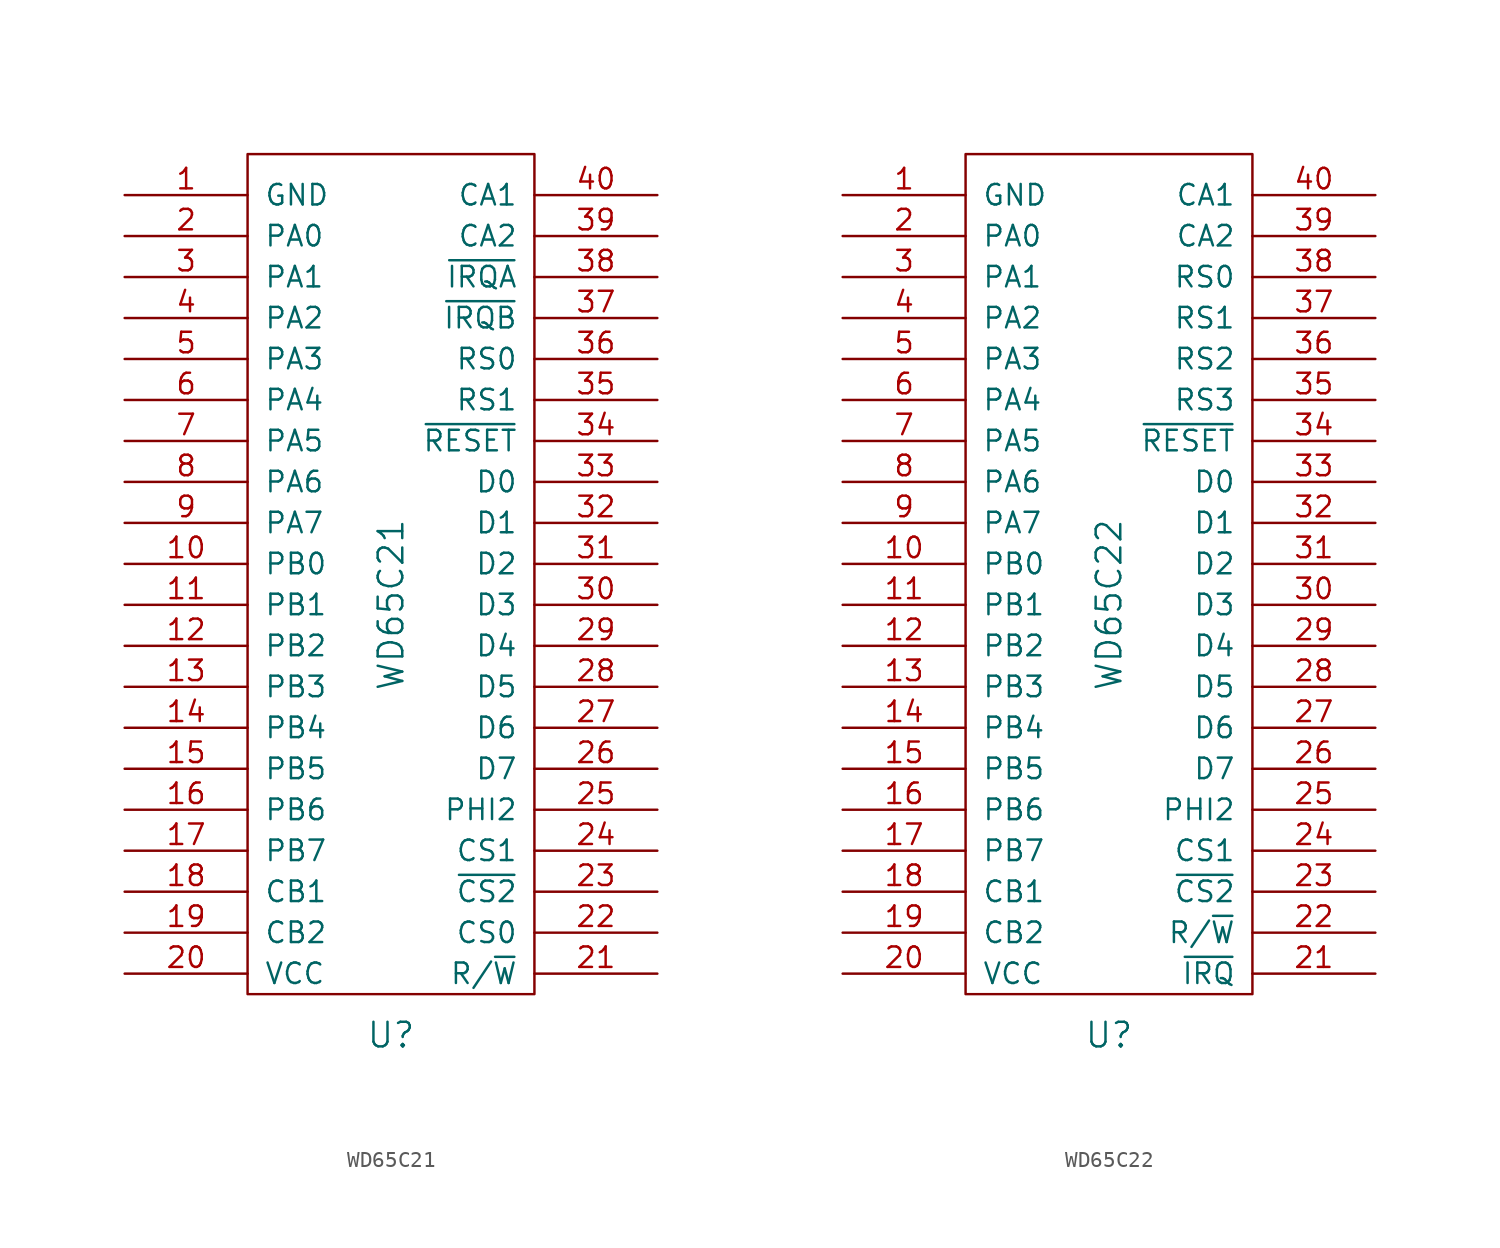
<source format=kicad_sym>
(kicad_symbol_lib
  (version 20211014)
  (generator kicad_symbol_editor)
  (symbol "WD65C21"
    (pin_names
      (offset 1.016))
    (property "Reference" "U"
      (at 0 -29.21 0)
      (effects (font (size 1.524 1.524))))
    (property "Value" "WD65C21"
      (at 0 -2.54 90)
      (effects (font (size 1.524 1.524))))
    (property "Footprint" ""
      (at -12.7 5.08 0)
      (effects (font (size 1.524 1.524))))
    (property "Datasheet" ""
      (at -12.7 5.08 0)
      (effects (font (size 1.524 1.524))))
    (symbol "WD65C21_0_1"
      (rectangle (start -8.89 25.4) (end 8.89 -26.67) (stroke (width 0) (type default) (color 0 0 0 0)) (fill (type none))))
    (symbol "WD65C21_1_1"
      (pin power_in line (at -16.51 22.86 0) (length 7.62) (name "GND" (effects (font (size 1.27 1.27)))) (number "1" (effects (font (size 1.27 1.27)))))
      (pin bidirectional line (at -16.51 0 0) (length 7.62) (name "PB0" (effects (font (size 1.27 1.27)))) (number "10" (effects (font (size 1.27 1.27)))))
      (pin bidirectional line (at -16.51 -2.54 0) (length 7.62) (name "PB1" (effects (font (size 1.27 1.27)))) (number "11" (effects (font (size 1.27 1.27)))))
      (pin bidirectional line (at -16.51 -5.08 0) (length 7.62) (name "PB2" (effects (font (size 1.27 1.27)))) (number "12" (effects (font (size 1.27 1.27)))))
      (pin bidirectional line (at -16.51 -7.62 0) (length 7.62) (name "PB3" (effects (font (size 1.27 1.27)))) (number "13" (effects (font (size 1.27 1.27)))))
      (pin bidirectional line (at -16.51 -10.16 0) (length 7.62) (name "PB4" (effects (font (size 1.27 1.27)))) (number "14" (effects (font (size 1.27 1.27)))))
      (pin bidirectional line (at -16.51 -12.7 0) (length 7.62) (name "PB5" (effects (font (size 1.27 1.27)))) (number "15" (effects (font (size 1.27 1.27)))))
      (pin bidirectional line (at -16.51 -15.24 0) (length 7.62) (name "PB6" (effects (font (size 1.27 1.27)))) (number "16" (effects (font (size 1.27 1.27)))))
      (pin bidirectional line (at -16.51 -17.78 0) (length 7.62) (name "PB7" (effects (font (size 1.27 1.27)))) (number "17" (effects (font (size 1.27 1.27)))))
      (pin bidirectional line (at -16.51 -20.32 0) (length 7.62) (name "CB1" (effects (font (size 1.27 1.27)))) (number "18" (effects (font (size 1.27 1.27)))))
      (pin output line (at -16.51 -22.86 0) (length 7.62) (name "CB2" (effects (font (size 1.27 1.27)))) (number "19" (effects (font (size 1.27 1.27)))))
      (pin bidirectional line (at -16.51 20.32 0) (length 7.62) (name "PA0" (effects (font (size 1.27 1.27)))) (number "2" (effects (font (size 1.27 1.27)))))
      (pin power_in line (at -16.51 -25.4 0) (length 7.62) (name "VCC" (effects (font (size 1.27 1.27)))) (number "20" (effects (font (size 1.27 1.27)))))
      (pin input line (at 16.51 -25.4 180) (length 7.62) (name "R/~{W}" (effects (font (size 1.27 1.27)))) (number "21" (effects (font (size 1.27 1.27)))))
      (pin input line (at 16.51 -22.86 180) (length 7.62) (name "CS0" (effects (font (size 1.27 1.27)))) (number "22" (effects (font (size 1.27 1.27)))))
      (pin input line (at 16.51 -20.32 180) (length 7.62) (name "~{CS2}" (effects (font (size 1.27 1.27)))) (number "23" (effects (font (size 1.27 1.27)))))
      (pin input line (at 16.51 -17.78 180) (length 7.62) (name "CS1" (effects (font (size 1.27 1.27)))) (number "24" (effects (font (size 1.27 1.27)))))
      (pin input line (at 16.51 -15.24 180) (length 7.62) (name "PHI2" (effects (font (size 1.27 1.27)))) (number "25" (effects (font (size 1.27 1.27)))))
      (pin tri_state line (at 16.51 -12.7 180) (length 7.62) (name "D7" (effects (font (size 1.27 1.27)))) (number "26" (effects (font (size 1.27 1.27)))))
      (pin tri_state line (at 16.51 -10.16 180) (length 7.62) (name "D6" (effects (font (size 1.27 1.27)))) (number "27" (effects (font (size 1.27 1.27)))))
      (pin tri_state line (at 16.51 -7.62 180) (length 7.62) (name "D5" (effects (font (size 1.27 1.27)))) (number "28" (effects (font (size 1.27 1.27)))))
      (pin tri_state line (at 16.51 -5.08 180) (length 7.62) (name "D4" (effects (font (size 1.27 1.27)))) (number "29" (effects (font (size 1.27 1.27)))))
      (pin bidirectional line (at -16.51 17.78 0) (length 7.62) (name "PA1" (effects (font (size 1.27 1.27)))) (number "3" (effects (font (size 1.27 1.27)))))
      (pin tri_state line (at 16.51 -2.54 180) (length 7.62) (name "D3" (effects (font (size 1.27 1.27)))) (number "30" (effects (font (size 1.27 1.27)))))
      (pin tri_state line (at 16.51 0 180) (length 7.62) (name "D2" (effects (font (size 1.27 1.27)))) (number "31" (effects (font (size 1.27 1.27)))))
      (pin tri_state line (at 16.51 2.54 180) (length 7.62) (name "D1" (effects (font (size 1.27 1.27)))) (number "32" (effects (font (size 1.27 1.27)))))
      (pin tri_state line (at 16.51 5.08 180) (length 7.62) (name "D0" (effects (font (size 1.27 1.27)))) (number "33" (effects (font (size 1.27 1.27)))))
      (pin input line (at 16.51 7.62 180) (length 7.62) (name "~{RESET}" (effects (font (size 1.27 1.27)))) (number "34" (effects (font (size 1.27 1.27)))))
      (pin input line (at 16.51 10.16 180) (length 7.62) (name "RS1" (effects (font (size 1.27 1.27)))) (number "35" (effects (font (size 1.27 1.27)))))
      (pin input line (at 16.51 12.7 180) (length 7.62) (name "RS0" (effects (font (size 1.27 1.27)))) (number "36" (effects (font (size 1.27 1.27)))))
      (pin output line (at 16.51 15.24 180) (length 7.62) (name "~{IRQB}" (effects (font (size 1.27 1.27)))) (number "37" (effects (font (size 1.27 1.27)))))
      (pin output line (at 16.51 17.78 180) (length 7.62) (name "~{IRQA}" (effects (font (size 1.27 1.27)))) (number "38" (effects (font (size 1.27 1.27)))))
      (pin bidirectional line (at 16.51 20.32 180) (length 7.62) (name "CA2" (effects (font (size 1.27 1.27)))) (number "39" (effects (font (size 1.27 1.27)))))
      (pin bidirectional line (at -16.51 15.24 0) (length 7.62) (name "PA2" (effects (font (size 1.27 1.27)))) (number "4" (effects (font (size 1.27 1.27)))))
      (pin bidirectional line (at 16.51 22.86 180) (length 7.62) (name "CA1" (effects (font (size 1.27 1.27)))) (number "40" (effects (font (size 1.27 1.27)))))
      (pin bidirectional line (at -16.51 12.7 0) (length 7.62) (name "PA3" (effects (font (size 1.27 1.27)))) (number "5" (effects (font (size 1.27 1.27)))))
      (pin bidirectional line (at -16.51 10.16 0) (length 7.62) (name "PA4" (effects (font (size 1.27 1.27)))) (number "6" (effects (font (size 1.27 1.27)))))
      (pin bidirectional line (at -16.51 7.62 0) (length 7.62) (name "PA5" (effects (font (size 1.27 1.27)))) (number "7" (effects (font (size 1.27 1.27)))))
      (pin bidirectional line (at -16.51 5.08 0) (length 7.62) (name "PA6" (effects (font (size 1.27 1.27)))) (number "8" (effects (font (size 1.27 1.27)))))
      (pin bidirectional line (at -16.51 2.54 0) (length 7.62) (name "PA7" (effects (font (size 1.27 1.27)))) (number "9" (effects (font (size 1.27 1.27)))))))
  (symbol "WD65C22"
    (pin_names
      (offset 1.016))
    (property "Reference" "U"
      (at 0 -29.21 0)
      (effects (font (size 1.524 1.524))))
    (property "Value" "WD65C22"
      (at 0 -2.54 90)
      (effects (font (size 1.524 1.524))))
    (property "Footprint" ""
      (at -12.7 5.08 0)
      (effects (font (size 1.524 1.524))))
    (property "Datasheet" ""
      (at -12.7 5.08 0)
      (effects (font (size 1.524 1.524))))
    (symbol "WD65C22_0_1"
      (rectangle (start -8.89 25.4) (end 8.89 -26.67) (stroke (width 0) (type default) (color 0 0 0 0)) (fill (type none))))
    (symbol "WD65C22_1_1"
      (pin power_in line (at -16.51 22.86 0) (length 7.62) (name "GND" (effects (font (size 1.27 1.27)))) (number "1" (effects (font (size 1.27 1.27)))))
      (pin bidirectional line (at -16.51 0 0) (length 7.62) (name "PB0" (effects (font (size 1.27 1.27)))) (number "10" (effects (font (size 1.27 1.27)))))
      (pin bidirectional line (at -16.51 -2.54 0) (length 7.62) (name "PB1" (effects (font (size 1.27 1.27)))) (number "11" (effects (font (size 1.27 1.27)))))
      (pin bidirectional line (at -16.51 -5.08 0) (length 7.62) (name "PB2" (effects (font (size 1.27 1.27)))) (number "12" (effects (font (size 1.27 1.27)))))
      (pin bidirectional line (at -16.51 -7.62 0) (length 7.62) (name "PB3" (effects (font (size 1.27 1.27)))) (number "13" (effects (font (size 1.27 1.27)))))
      (pin bidirectional line (at -16.51 -10.16 0) (length 7.62) (name "PB4" (effects (font (size 1.27 1.27)))) (number "14" (effects (font (size 1.27 1.27)))))
      (pin bidirectional line (at -16.51 -12.7 0) (length 7.62) (name "PB5" (effects (font (size 1.27 1.27)))) (number "15" (effects (font (size 1.27 1.27)))))
      (pin bidirectional line (at -16.51 -15.24 0) (length 7.62) (name "PB6" (effects (font (size 1.27 1.27)))) (number "16" (effects (font (size 1.27 1.27)))))
      (pin bidirectional line (at -16.51 -17.78 0) (length 7.62) (name "PB7" (effects (font (size 1.27 1.27)))) (number "17" (effects (font (size 1.27 1.27)))))
      (pin bidirectional line (at -16.51 -20.32 0) (length 7.62) (name "CB1" (effects (font (size 1.27 1.27)))) (number "18" (effects (font (size 1.27 1.27)))))
      (pin output line (at -16.51 -22.86 0) (length 7.62) (name "CB2" (effects (font (size 1.27 1.27)))) (number "19" (effects (font (size 1.27 1.27)))))
      (pin bidirectional line (at -16.51 20.32 0) (length 7.62) (name "PA0" (effects (font (size 1.27 1.27)))) (number "2" (effects (font (size 1.27 1.27)))))
      (pin power_in line (at -16.51 -25.4 0) (length 7.62) (name "VCC" (effects (font (size 1.27 1.27)))) (number "20" (effects (font (size 1.27 1.27)))))
      (pin output line (at 16.51 -25.4 180) (length 7.62) (name "~{IRQ}" (effects (font (size 1.27 1.27)))) (number "21" (effects (font (size 1.27 1.27)))))
      (pin input line (at 16.51 -22.86 180) (length 7.62) (name "R/~{W}" (effects (font (size 1.27 1.27)))) (number "22" (effects (font (size 1.27 1.27)))))
      (pin input line (at 16.51 -20.32 180) (length 7.62) (name "~{CS2}" (effects (font (size 1.27 1.27)))) (number "23" (effects (font (size 1.27 1.27)))))
      (pin input line (at 16.51 -17.78 180) (length 7.62) (name "CS1" (effects (font (size 1.27 1.27)))) (number "24" (effects (font (size 1.27 1.27)))))
      (pin input line (at 16.51 -15.24 180) (length 7.62) (name "PHI2" (effects (font (size 1.27 1.27)))) (number "25" (effects (font (size 1.27 1.27)))))
      (pin tri_state line (at 16.51 -12.7 180) (length 7.62) (name "D7" (effects (font (size 1.27 1.27)))) (number "26" (effects (font (size 1.27 1.27)))))
      (pin tri_state line (at 16.51 -10.16 180) (length 7.62) (name "D6" (effects (font (size 1.27 1.27)))) (number "27" (effects (font (size 1.27 1.27)))))
      (pin tri_state line (at 16.51 -7.62 180) (length 7.62) (name "D5" (effects (font (size 1.27 1.27)))) (number "28" (effects (font (size 1.27 1.27)))))
      (pin tri_state line (at 16.51 -5.08 180) (length 7.62) (name "D4" (effects (font (size 1.27 1.27)))) (number "29" (effects (font (size 1.27 1.27)))))
      (pin bidirectional line (at -16.51 17.78 0) (length 7.62) (name "PA1" (effects (font (size 1.27 1.27)))) (number "3" (effects (font (size 1.27 1.27)))))
      (pin tri_state line (at 16.51 -2.54 180) (length 7.62) (name "D3" (effects (font (size 1.27 1.27)))) (number "30" (effects (font (size 1.27 1.27)))))
      (pin tri_state line (at 16.51 0 180) (length 7.62) (name "D2" (effects (font (size 1.27 1.27)))) (number "31" (effects (font (size 1.27 1.27)))))
      (pin tri_state line (at 16.51 2.54 180) (length 7.62) (name "D1" (effects (font (size 1.27 1.27)))) (number "32" (effects (font (size 1.27 1.27)))))
      (pin tri_state line (at 16.51 5.08 180) (length 7.62) (name "D0" (effects (font (size 1.27 1.27)))) (number "33" (effects (font (size 1.27 1.27)))))
      (pin input line (at 16.51 7.62 180) (length 7.62) (name "~{RESET}" (effects (font (size 1.27 1.27)))) (number "34" (effects (font (size 1.27 1.27)))))
      (pin input line (at 16.51 10.16 180) (length 7.62) (name "RS3" (effects (font (size 1.27 1.27)))) (number "35" (effects (font (size 1.27 1.27)))))
      (pin input line (at 16.51 12.7 180) (length 7.62) (name "RS2" (effects (font (size 1.27 1.27)))) (number "36" (effects (font (size 1.27 1.27)))))
      (pin input line (at 16.51 15.24 180) (length 7.62) (name "RS1" (effects (font (size 1.27 1.27)))) (number "37" (effects (font (size 1.27 1.27)))))
      (pin input line (at 16.51 17.78 180) (length 7.62) (name "RS0" (effects (font (size 1.27 1.27)))) (number "38" (effects (font (size 1.27 1.27)))))
      (pin bidirectional line (at 16.51 20.32 180) (length 7.62) (name "CA2" (effects (font (size 1.27 1.27)))) (number "39" (effects (font (size 1.27 1.27)))))
      (pin bidirectional line (at -16.51 15.24 0) (length 7.62) (name "PA2" (effects (font (size 1.27 1.27)))) (number "4" (effects (font (size 1.27 1.27)))))
      (pin bidirectional line (at 16.51 22.86 180) (length 7.62) (name "CA1" (effects (font (size 1.27 1.27)))) (number "40" (effects (font (size 1.27 1.27)))))
      (pin bidirectional line (at -16.51 12.7 0) (length 7.62) (name "PA3" (effects (font (size 1.27 1.27)))) (number "5" (effects (font (size 1.27 1.27)))))
      (pin bidirectional line (at -16.51 10.16 0) (length 7.62) (name "PA4" (effects (font (size 1.27 1.27)))) (number "6" (effects (font (size 1.27 1.27)))))
      (pin bidirectional line (at -16.51 7.62 0) (length 7.62) (name "PA5" (effects (font (size 1.27 1.27)))) (number "7" (effects (font (size 1.27 1.27)))))
      (pin bidirectional line (at -16.51 5.08 0) (length 7.62) (name "PA6" (effects (font (size 1.27 1.27)))) (number "8" (effects (font (size 1.27 1.27)))))
      (pin bidirectional line (at -16.51 2.54 0) (length 7.62) (name "PA7" (effects (font (size 1.27 1.27)))) (number "9" (effects (font (size 1.27 1.27))))))))
</source>
